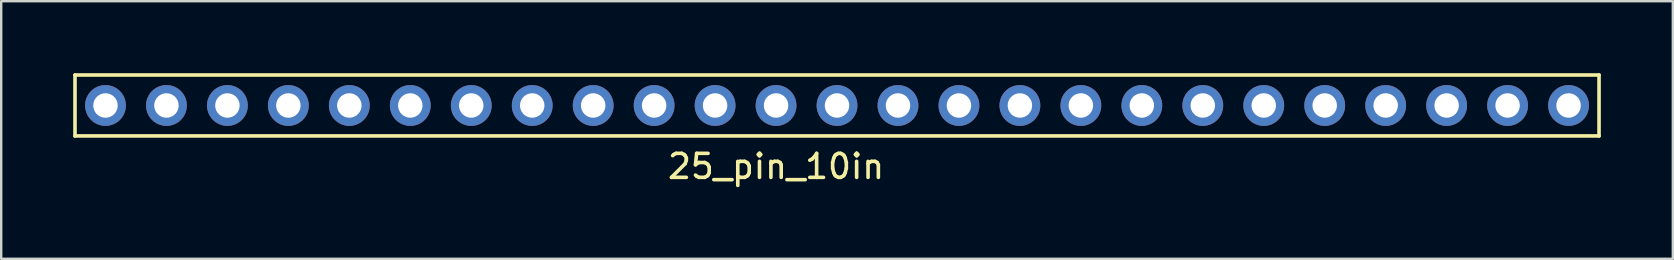
<source format=kicad_pcb>
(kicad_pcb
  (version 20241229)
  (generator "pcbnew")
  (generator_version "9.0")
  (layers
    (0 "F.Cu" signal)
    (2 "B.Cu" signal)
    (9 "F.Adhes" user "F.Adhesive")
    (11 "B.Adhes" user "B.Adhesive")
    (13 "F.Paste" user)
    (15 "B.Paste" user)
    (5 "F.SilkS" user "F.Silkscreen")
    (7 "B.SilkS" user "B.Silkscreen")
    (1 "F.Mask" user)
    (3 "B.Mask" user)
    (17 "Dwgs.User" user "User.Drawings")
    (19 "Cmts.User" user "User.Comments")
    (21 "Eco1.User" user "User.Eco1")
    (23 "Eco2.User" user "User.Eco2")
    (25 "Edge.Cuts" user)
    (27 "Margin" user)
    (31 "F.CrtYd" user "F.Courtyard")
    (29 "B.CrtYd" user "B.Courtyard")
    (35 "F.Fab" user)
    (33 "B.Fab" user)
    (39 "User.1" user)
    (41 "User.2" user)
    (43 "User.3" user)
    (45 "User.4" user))
  (footprint "25_pin_10in"
    (layer "F.Cu")
    (at 29.285 1.345)
    (property "Reference" "25_pin_10in" (at 0 2.54 0) (layer "F.SilkS") (effects (font (size 1 1) (thickness 0.15))))
    (attr through_hole)
    (fp_line (start -29.21 1.27) (end -29.21 -1.27) (stroke (width 0.15) (type solid)) (layer "F.SilkS"))
    (fp_line (start -29.21 1.27) (end 34.29 1.27) (stroke (width 0.15) (type solid)) (layer "F.SilkS"))
    (fp_line (start 34.29 -1.27) (end -29.21 -1.27) (stroke (width 0.15) (type solid)) (layer "F.SilkS"))
    (fp_line (start 34.29 1.27) (end 34.29 -1.27) (stroke (width 0.15) (type solid)) (layer "F.SilkS"))
    (pad "1" thru_hole circle (at -27.94 0) (size 1.7 1.7) (drill 1.02) (layers "*.Cu" "*.Mask"))
    (pad "2" thru_hole circle (at -25.4 0) (size 1.7 1.7) (drill 1.02) (layers "*.Cu" "*.Mask"))
    (pad "3" thru_hole circle (at -22.86 0) (size 1.7 1.7) (drill 1.02) (layers "*.Cu" "*.Mask"))
    (pad "4" thru_hole circle (at -20.32 0) (size 1.7 1.7) (drill 1.02) (layers "*.Cu" "*.Mask"))
    (pad "5" thru_hole circle (at -17.78 0) (size 1.7 1.7) (drill 1.02) (layers "*.Cu" "*.Mask"))
    (pad "6" thru_hole circle (at -15.24 0) (size 1.7 1.7) (drill 1.02) (layers "*.Cu" "*.Mask"))
    (pad "7" thru_hole circle (at -12.7 0) (size 1.7 1.7) (drill 1.02) (layers "*.Cu" "*.Mask"))
    (pad "8" thru_hole circle (at -10.16 0) (size 1.7 1.7) (drill 1.02) (layers "*.Cu" "*.Mask"))
    (pad "9" thru_hole circle (at -7.62 0) (size 1.7 1.7) (drill 1.02) (layers "*.Cu" "*.Mask"))
    (pad "10" thru_hole circle (at -5.08 0) (size 1.7 1.7) (drill 1.02) (layers "*.Cu" "*.Mask"))
    (pad "11" thru_hole circle (at -2.54 0) (size 1.7 1.7) (drill 1.02) (layers "*.Cu" "*.Mask"))
    (pad "12" thru_hole circle (at 0 0) (size 1.7 1.7) (drill 1.02) (layers "*.Cu" "*.Mask"))
    (pad "13" thru_hole circle (at 2.54 0) (size 1.7 1.7) (drill 1.02) (layers "*.Cu" "*.Mask"))
    (pad "14" thru_hole circle (at 5.08 0) (size 1.7 1.7) (drill 1.02) (layers "*.Cu" "*.Mask"))
    (pad "15" thru_hole circle (at 7.62 0) (size 1.7 1.7) (drill 1.02) (layers "*.Cu" "*.Mask"))
    (pad "16" thru_hole circle (at 10.16 0) (size 1.7 1.7) (drill 1.02) (layers "*.Cu" "*.Mask"))
    (pad "17" thru_hole circle (at 12.7 0) (size 1.7 1.7) (drill 1.02) (layers "*.Cu" "*.Mask"))
    (pad "18" thru_hole circle (at 15.24 0) (size 1.7 1.7) (drill 1.02) (layers "*.Cu" "*.Mask"))
    (pad "19" thru_hole circle (at 17.78 0) (size 1.7 1.7) (drill 1.02) (layers "*.Cu" "*.Mask"))
    (pad "20" thru_hole circle (at 20.32 0) (size 1.7 1.7) (drill 1.02) (layers "*.Cu" "*.Mask"))
    (pad "21" thru_hole circle (at 22.86 0) (size 1.7 1.7) (drill 1.02) (layers "*.Cu" "*.Mask"))
    (pad "22" thru_hole circle (at 25.4 0) (size 1.7 1.7) (drill 1.02) (layers "*.Cu" "*.Mask"))
    (pad "23" thru_hole circle (at 27.94 0) (size 1.7 1.7) (drill 1.02) (layers "*.Cu" "*.Mask"))
    (pad "24" thru_hole circle (at 30.48 0) (size 1.7 1.7) (drill 1.02) (layers "*.Cu" "*.Mask"))
    (pad "25" thru_hole circle (at 33.02 0) (size 1.7 1.7) (drill 1.02) (layers "*.Cu" "*.Mask")))
  (gr_rect
    (start -3 -3)
    (end 66.65 7.733)
    (stroke (width 0.1) (type default))
    (fill no)
    (layer "Edge.Cuts")))
</source>
